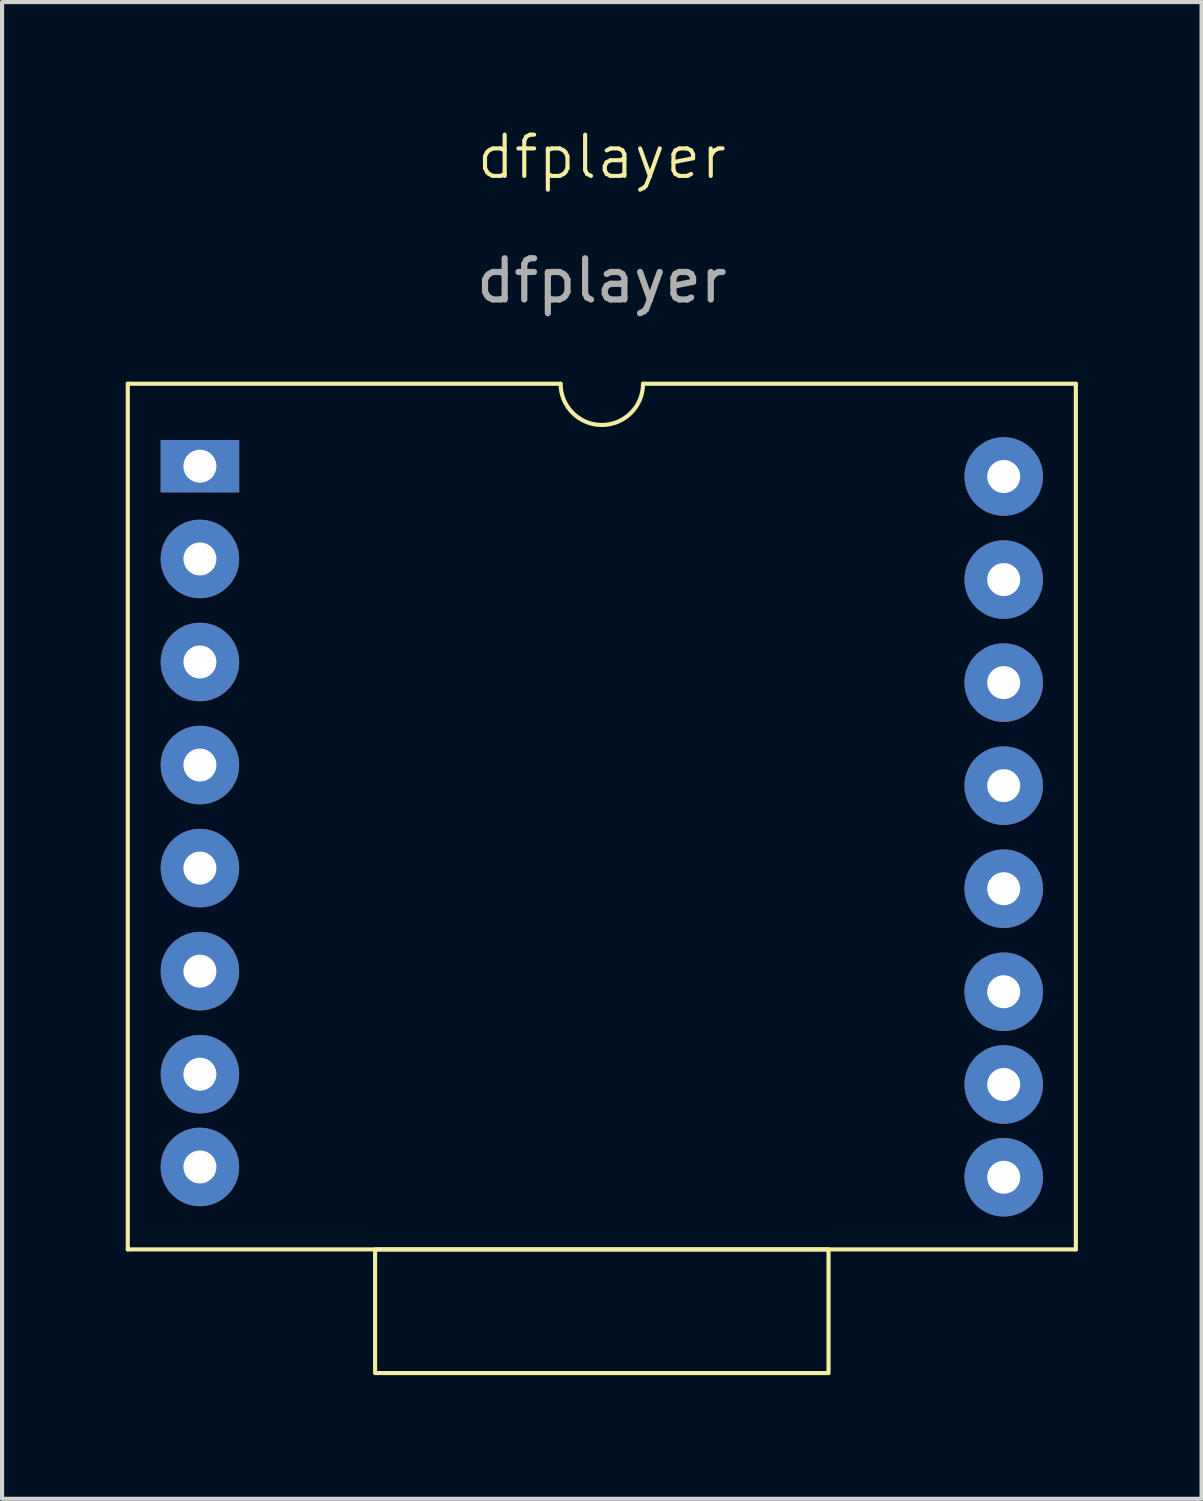
<source format=kicad_pcb>
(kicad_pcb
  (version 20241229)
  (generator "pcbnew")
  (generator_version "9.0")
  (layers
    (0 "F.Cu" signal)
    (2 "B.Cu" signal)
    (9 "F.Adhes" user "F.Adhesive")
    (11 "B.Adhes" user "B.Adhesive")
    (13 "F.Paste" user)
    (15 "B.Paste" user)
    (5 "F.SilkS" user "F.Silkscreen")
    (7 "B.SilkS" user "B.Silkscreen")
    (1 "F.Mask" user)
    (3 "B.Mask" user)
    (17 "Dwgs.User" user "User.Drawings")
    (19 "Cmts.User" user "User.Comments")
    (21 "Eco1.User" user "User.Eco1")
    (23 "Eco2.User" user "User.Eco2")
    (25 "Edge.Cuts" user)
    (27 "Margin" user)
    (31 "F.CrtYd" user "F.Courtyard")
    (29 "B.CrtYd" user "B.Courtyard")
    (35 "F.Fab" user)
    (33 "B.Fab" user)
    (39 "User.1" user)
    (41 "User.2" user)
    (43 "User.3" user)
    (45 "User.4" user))
  (footprint "dfplayer"
    (layer "F.Cu")
    (at 11.55 1.26)
    (property "Reference" "dfplayer" (at 0 -0.5 0) (unlocked yes) (layer "F.SilkS") (effects (font (size 1 1) (thickness 0.1))))
    (attr smd)
    (fp_line (start -11.5 5) (end -11.5 26) (stroke (width 0.1) (type default)) (layer "F.SilkS"))
    (fp_line (start -1 5) (end -11.5 5) (stroke (width 0.1) (type default)) (layer "F.SilkS"))
    (fp_line (start 1 5) (end 11.5 5) (stroke (width 0.1) (type default)) (layer "F.SilkS"))
    (fp_line (start 11.5 5) (end 11.5 26) (stroke (width 0.1) (type default)) (layer "F.SilkS"))
    (fp_line (start 11.5 26) (end -11.5 26) (stroke (width 0.1) (type default)) (layer "F.SilkS"))
    (fp_rect (start -5.5 26) (end 5.5 29) (stroke (width 0.1) (type default)) (fill no) (layer "F.SilkS"))
    (fp_arc (start 1 5) (mid 0 6) (end -1 5) (stroke (width 0.1) (type default)) (layer "F.SilkS"))
    (fp_text user "${REFERENCE}" (at 0 2.5 0) (unlocked yes) (layer "F.Fab") (effects (font (size 1 1) (thickness 0.15))))
    (pad "1" thru_hole rect (at -9.75 7) (size 1.905 1.27) (drill 0.8) (layers "*.Cu" "B.Mask"))
    (pad "2" thru_hole circle (at -9.75 9.25 90) (size 1.905 1.905) (drill 0.8) (layers "*.Cu" "B.Mask"))
    (pad "3" thru_hole circle (at -9.75 11.75 90) (size 1.905 1.905) (drill 0.8) (layers "*.Cu" "B.Mask"))
    (pad "4" thru_hole circle (at -9.75 14.25 90) (size 1.905 1.905) (drill 0.8) (layers "*.Cu" "B.Mask"))
    (pad "5" thru_hole circle (at -9.75 16.75 90) (size 1.905 1.905) (drill 0.8) (layers "*.Cu" "B.Mask"))
    (pad "6" thru_hole circle (at -9.75 19.25 90) (size 1.905 1.905) (drill 0.8) (layers "*.Cu" "B.Mask"))
    (pad "7" thru_hole circle (at -9.75 21.75 90) (size 1.905 1.905) (drill 0.8) (layers "*.Cu" "B.Mask"))
    (pad "8" thru_hole circle (at -9.75 24 90) (size 1.905 1.905) (drill 0.8) (layers "*.Cu" "B.Mask"))
    (pad "9" thru_hole circle (at 9.75 7.25 90) (size 1.905 1.905) (drill 0.8) (layers "*.Cu" "B.Mask"))
    (pad "10" thru_hole circle (at 9.75 9.75 90) (size 1.905 1.905) (drill 0.8) (layers "*.Cu" "B.Mask"))
    (pad "11" thru_hole circle (at 9.75 12.25 90) (size 1.905 1.905) (drill 0.8) (layers "*.Cu" "B.Mask"))
    (pad "12" thru_hole circle (at 9.75 14.75 90) (size 1.905 1.905) (drill 0.8) (layers "*.Cu" "B.Mask"))
    (pad "13" thru_hole circle (at 9.75 17.25 90) (size 1.905 1.905) (drill 0.8) (layers "*.Cu" "B.Mask"))
    (pad "14" thru_hole circle (at 9.75 19.75 90) (size 1.905 1.905) (drill 0.8) (layers "*.Cu" "B.Mask"))
    (pad "15" thru_hole circle (at 9.75 22 90) (size 1.905 1.905) (drill 0.8) (layers "*.Cu" "B.Mask"))
    (pad "16" thru_hole circle (at 9.75 24.25 90) (size 1.905 1.905) (drill 0.8) (layers "*.Cu" "B.Mask")))
  (gr_rect
    (start -3 -3)
    (end 26.1 33.31)
    (stroke (width 0.1) (type default))
    (fill no)
    (layer "Edge.Cuts")))
</source>
